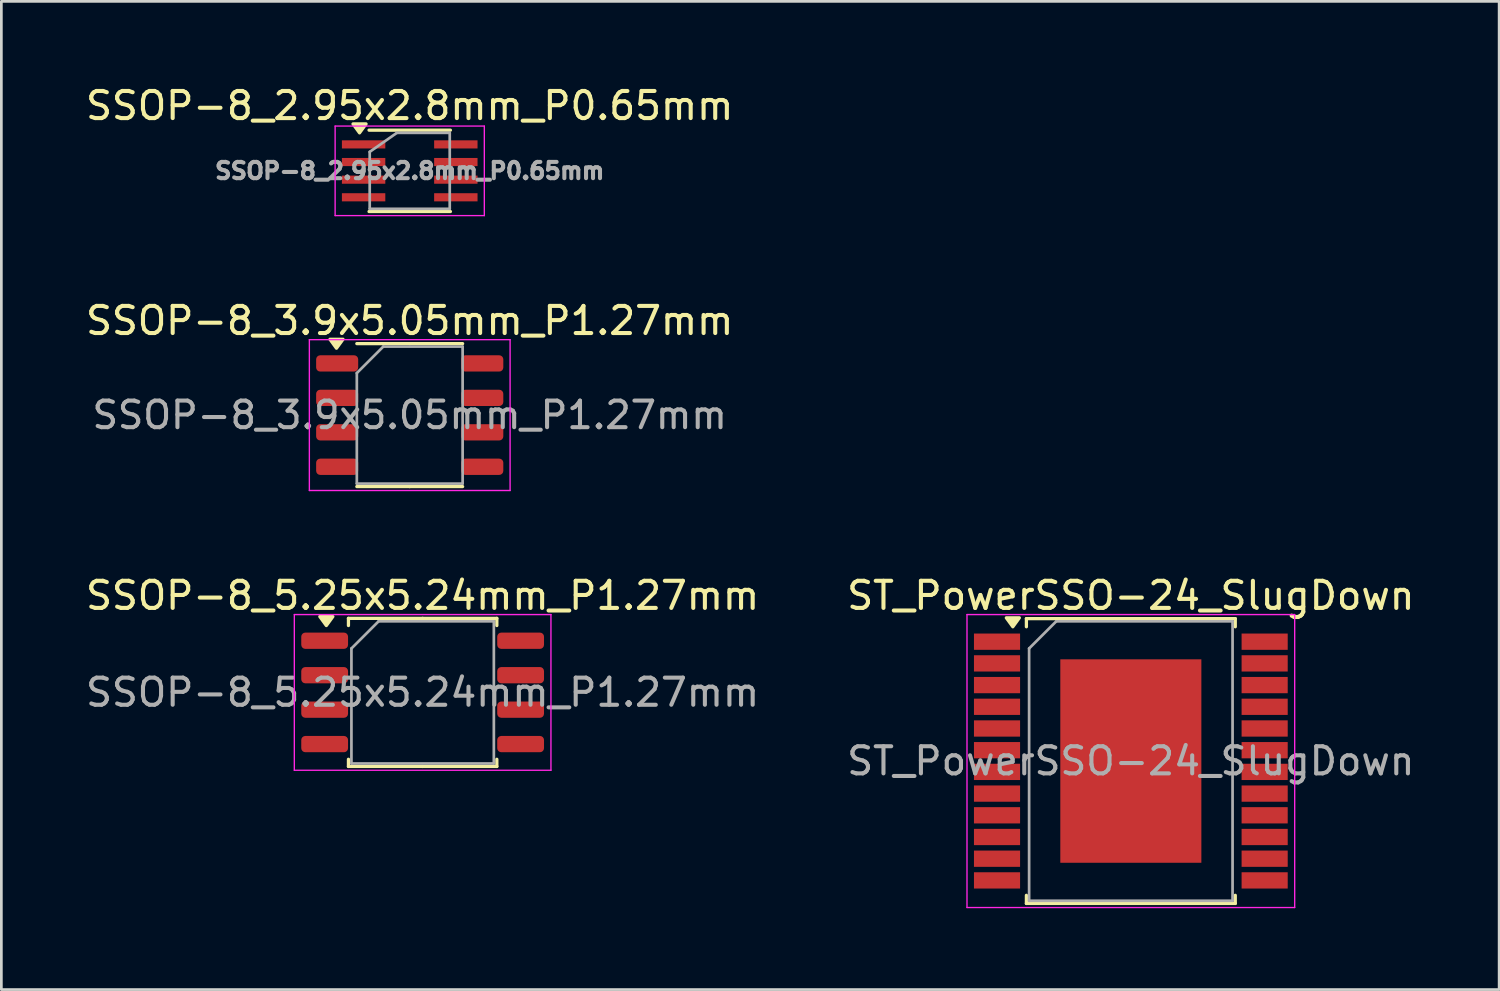
<source format=kicad_pcb>
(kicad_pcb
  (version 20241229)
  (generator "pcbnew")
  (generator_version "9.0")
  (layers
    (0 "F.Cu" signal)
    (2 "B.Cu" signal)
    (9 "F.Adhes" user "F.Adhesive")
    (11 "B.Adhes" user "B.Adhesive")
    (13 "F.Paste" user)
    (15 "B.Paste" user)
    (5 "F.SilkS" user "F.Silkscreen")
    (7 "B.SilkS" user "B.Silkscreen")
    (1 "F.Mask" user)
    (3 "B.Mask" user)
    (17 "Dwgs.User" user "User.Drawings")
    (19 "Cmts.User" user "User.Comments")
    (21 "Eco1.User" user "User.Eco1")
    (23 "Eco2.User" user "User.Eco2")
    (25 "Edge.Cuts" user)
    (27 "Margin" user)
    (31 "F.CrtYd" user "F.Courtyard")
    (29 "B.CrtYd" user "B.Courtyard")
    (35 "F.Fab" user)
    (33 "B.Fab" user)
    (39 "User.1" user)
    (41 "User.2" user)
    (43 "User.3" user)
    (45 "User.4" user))
  (footprint "SSOP-8_2.95x2.8mm_P0.65mm"
    (layer "F.Cu")
    (at 12.054 3.248)
    (property "Reference" "SSOP-8_2.95x2.8mm_P0.65mm" (at 0 -2.4 0) (layer "F.SilkS") (effects (font (size 1 1) (thickness 0.15))))
    (attr smd)
    (fp_line (start 1.5 -1.5) (end -1.5 -1.5) (stroke (width 0.12) (type solid)) (layer "F.SilkS"))
    (fp_line (start 1.5 1.5) (end -1.5 1.5) (stroke (width 0.12) (type solid)) (layer "F.SilkS"))
    (fp_poly (pts (xy -1.85 -1.4) (xy -2.09 -1.73) (xy -1.61 -1.73) (xy -1.85 -1.4)) (stroke (width 0.12) (type solid)) (fill yes) (layer "F.SilkS"))
    (fp_line (start -2.75 -1.65) (end 2.75 -1.65) (stroke (width 0.05) (type solid)) (layer "F.CrtYd"))
    (fp_line (start -2.75 1.65) (end -2.75 -1.65) (stroke (width 0.05) (type solid)) (layer "F.CrtYd"))
    (fp_line (start 2.75 -1.65) (end 2.75 1.65) (stroke (width 0.05) (type solid)) (layer "F.CrtYd"))
    (fp_line (start 2.75 1.65) (end -2.75 1.65) (stroke (width 0.05) (type solid)) (layer "F.CrtYd"))
    (fp_line (start -1.475 1.4) (end -1.475 -0.7) (stroke (width 0.1) (type solid)) (layer "F.Fab"))
    (fp_line (start -0.475 -1.4) (end -1.475 -0.7) (stroke (width 0.1) (type solid)) (layer "F.Fab"))
    (fp_line (start -0.475 -1.4) (end 1.475 -1.4) (stroke (width 0.1) (type solid)) (layer "F.Fab"))
    (fp_line (start 1.475 -1.4) (end 1.475 1.4) (stroke (width 0.1) (type solid)) (layer "F.Fab"))
    (fp_line (start 1.475 1.4) (end -1.475 1.4) (stroke (width 0.1) (type solid)) (layer "F.Fab"))
    (fp_text user "${REFERENCE}" (at 0 0 0) (layer "F.Fab") (effects (font (size 0.6 0.6) (thickness 0.15))))
    (pad "1" smd rect (at -1.7 -0.975 270) (size 0.3 1.6) (layers "F.Cu" "F.Mask" "F.Paste"))
    (pad "2" smd rect (at -1.7 -0.325 270) (size 0.3 1.6) (layers "F.Cu" "F.Mask" "F.Paste"))
    (pad "3" smd rect (at -1.7 0.325 270) (size 0.3 1.6) (layers "F.Cu" "F.Mask" "F.Paste"))
    (pad "4" smd rect (at -1.7 0.975 270) (size 0.3 1.6) (layers "F.Cu" "F.Mask" "F.Paste"))
    (pad "5" smd rect (at 1.7 0.975 270) (size 0.3 1.6) (layers "F.Cu" "F.Mask" "F.Paste"))
    (pad "6" smd rect (at 1.7 0.325 270) (size 0.3 1.6) (layers "F.Cu" "F.Mask" "F.Paste"))
    (pad "7" smd rect (at 1.7 -0.325 270) (size 0.3 1.6) (layers "F.Cu" "F.Mask" "F.Paste"))
    (pad "8" smd rect (at 1.7 -0.975 270) (size 0.3 1.6) (layers "F.Cu" "F.Mask" "F.Paste")))
  (footprint "ST_PowerSSO-24_SlugDown"
    (layer "F.Cu")
    (at 38.637 25.005)
    (property "Reference" "ST_PowerSSO-24_SlugDown" (at 0 -6.1 0) (layer "F.SilkS") (effects (font (size 1 1) (thickness 0.15))))
    (attr smd)
    (fp_line (start -3.85 -5.25) (end -3.85 -4.95) (stroke (width 0.12) (type solid)) (layer "F.SilkS"))
    (fp_line (start -3.85 5.25) (end -3.85 4.95) (stroke (width 0.12) (type solid)) (layer "F.SilkS"))
    (fp_line (start 3.85 -5.25) (end -3.85 -5.25) (stroke (width 0.12) (type solid)) (layer "F.SilkS"))
    (fp_line (start 3.85 -5.25) (end 3.85 -4.95) (stroke (width 0.12) (type solid)) (layer "F.SilkS"))
    (fp_line (start 3.85 5.25) (end -3.85 5.25) (stroke (width 0.12) (type solid)) (layer "F.SilkS"))
    (fp_line (start 3.85 5.25) (end 3.85 4.95) (stroke (width 0.12) (type solid)) (layer "F.SilkS"))
    (fp_poly (pts (xy -4.35 -4.95) (xy -4.59 -5.28) (xy -4.11 -5.28) (xy -4.35 -4.95)) (stroke (width 0.12) (type solid)) (fill yes) (layer "F.SilkS"))
    (fp_line (start -6.04 -5.4) (end -6.04 5.4) (stroke (width 0.05) (type solid)) (layer "F.CrtYd"))
    (fp_line (start -6.04 -5.4) (end 6.04 -5.4) (stroke (width 0.05) (type solid)) (layer "F.CrtYd"))
    (fp_line (start 6.04 5.4) (end -6.04 5.4) (stroke (width 0.05) (type solid)) (layer "F.CrtYd"))
    (fp_line (start 6.04 5.4) (end 6.04 -5.4) (stroke (width 0.05) (type solid)) (layer "F.CrtYd"))
    (fp_line (start -3.75 -4.15) (end -3.75 5.15) (stroke (width 0.1) (type solid)) (layer "F.Fab"))
    (fp_line (start -3.75 5.15) (end 3.75 5.15) (stroke (width 0.1) (type solid)) (layer "F.Fab"))
    (fp_line (start -2.75 -5.15) (end -3.75 -4.15) (stroke (width 0.1) (type solid)) (layer "F.Fab"))
    (fp_line (start 3.75 -5.15) (end -2.75 -5.15) (stroke (width 0.1) (type solid)) (layer "F.Fab"))
    (fp_line (start 3.75 5.15) (end 3.75 -5.15) (stroke (width 0.1) (type solid)) (layer "F.Fab"))
    (fp_text user "${REFERENCE}" (at 0 0 0) (layer "F.Fab") (effects (font (size 1 1) (thickness 0.15))))
    (pad "1" smd rect (at -4.933 -4.4) (size 1.7 0.6) (layers "F.Cu" "F.Mask" "F.Paste"))
    (pad "2" smd rect (at -4.933 -3.6) (size 1.7 0.6) (layers "F.Cu" "F.Mask" "F.Paste"))
    (pad "3" smd rect (at -4.933 -2.8) (size 1.7 0.6) (layers "F.Cu" "F.Mask" "F.Paste"))
    (pad "4" smd rect (at -4.933 -2) (size 1.7 0.6) (layers "F.Cu" "F.Mask" "F.Paste"))
    (pad "5" smd rect (at -4.933 -1.2) (size 1.7 0.6) (layers "F.Cu" "F.Mask" "F.Paste"))
    (pad "6" smd rect (at -4.933 -0.4) (size 1.7 0.6) (layers "F.Cu" "F.Mask" "F.Paste"))
    (pad "7" smd rect (at -4.933 0.4) (size 1.7 0.6) (layers "F.Cu" "F.Mask" "F.Paste"))
    (pad "8" smd rect (at -4.933 1.2) (size 1.7 0.6) (layers "F.Cu" "F.Mask" "F.Paste"))
    (pad "9" smd rect (at -4.933 2) (size 1.7 0.6) (layers "F.Cu" "F.Mask" "F.Paste"))
    (pad "10" smd rect (at -4.933 2.8) (size 1.7 0.6) (layers "F.Cu" "F.Mask" "F.Paste"))
    (pad "11" smd rect (at -4.933 3.6) (size 1.7 0.6) (layers "F.Cu" "F.Mask" "F.Paste"))
    (pad "12" smd rect (at -4.933 4.4) (size 1.7 0.6) (layers "F.Cu" "F.Mask" "F.Paste"))
    (pad "13" smd rect (at 4.933 4.4) (size 1.7 0.6) (layers "F.Cu" "F.Mask" "F.Paste"))
    (pad "14" smd rect (at 4.933 3.6) (size 1.7 0.6) (layers "F.Cu" "F.Mask" "F.Paste"))
    (pad "15" smd rect (at 4.933 2.8) (size 1.7 0.6) (layers "F.Cu" "F.Mask" "F.Paste"))
    (pad "16" smd rect (at 4.933 2) (size 1.7 0.6) (layers "F.Cu" "F.Mask" "F.Paste"))
    (pad "17" smd rect (at 4.933 1.2) (size 1.7 0.6) (layers "F.Cu" "F.Mask" "F.Paste"))
    (pad "18" smd rect (at 4.933 0.4) (size 1.7 0.6) (layers "F.Cu" "F.Mask" "F.Paste"))
    (pad "19" smd rect (at 4.933 -0.4) (size 1.7 0.6) (layers "F.Cu" "F.Mask" "F.Paste"))
    (pad "20" smd rect (at 4.933 -1.2) (size 1.7 0.6) (layers "F.Cu" "F.Mask" "F.Paste"))
    (pad "21" smd rect (at 4.933 -2) (size 1.7 0.6) (layers "F.Cu" "F.Mask" "F.Paste"))
    (pad "22" smd rect (at 4.933 -2.8) (size 1.7 0.6) (layers "F.Cu" "F.Mask" "F.Paste"))
    (pad "23" smd rect (at 4.933 -3.6) (size 1.7 0.6) (layers "F.Cu" "F.Mask" "F.Paste"))
    (pad "24" smd rect (at 4.933 -4.4) (size 1.7 0.6) (layers "F.Cu" "F.Mask" "F.Paste"))
    (pad "25" smd rect (at 0 0) (size 5.2 7.5) (layers "F.Cu" "F.Mask" "F.Paste")))
  (footprint "SSOP-8_5.25x5.24mm_P1.27mm"
    (layer "F.Cu")
    (at 12.53 22.475)
    (property "Reference" "SSOP-8_5.25x5.24mm_P1.27mm" (at 0 -3.57 0) (layer "F.SilkS") (effects (font (size 1 1) (thickness 0.15))))
    (attr smd)
    (fp_line (start -2.735 -2.73) (end -2.735 -2.465) (stroke (width 0.12) (type solid)) (layer "F.SilkS"))
    (fp_line (start -2.735 2.73) (end -2.735 2.465) (stroke (width 0.12) (type solid)) (layer "F.SilkS"))
    (fp_line (start 0 -2.73) (end -2.735 -2.73) (stroke (width 0.12) (type solid)) (layer "F.SilkS"))
    (fp_line (start 0 -2.73) (end 2.735 -2.73) (stroke (width 0.12) (type solid)) (layer "F.SilkS"))
    (fp_line (start 0 2.73) (end -2.735 2.73) (stroke (width 0.12) (type solid)) (layer "F.SilkS"))
    (fp_line (start 0 2.73) (end 2.735 2.73) (stroke (width 0.12) (type solid)) (layer "F.SilkS"))
    (fp_line (start 2.735 -2.73) (end 2.735 -2.465) (stroke (width 0.12) (type solid)) (layer "F.SilkS"))
    (fp_line (start 2.735 2.73) (end 2.735 2.465) (stroke (width 0.12) (type solid)) (layer "F.SilkS"))
    (fp_poly (pts (xy -3.55 -2.465) (xy -3.79 -2.795) (xy -3.31 -2.795) (xy -3.55 -2.465)) (stroke (width 0.12) (type solid)) (fill yes) (layer "F.SilkS"))
    (fp_line (start -4.73 -2.87) (end -4.73 2.87) (stroke (width 0.05) (type solid)) (layer "F.CrtYd"))
    (fp_line (start -4.73 2.87) (end 4.73 2.87) (stroke (width 0.05) (type solid)) (layer "F.CrtYd"))
    (fp_line (start 4.73 -2.87) (end -4.73 -2.87) (stroke (width 0.05) (type solid)) (layer "F.CrtYd"))
    (fp_line (start 4.73 2.87) (end 4.73 -2.87) (stroke (width 0.05) (type solid)) (layer "F.CrtYd"))
    (fp_line (start -2.625 -1.62) (end -1.625 -2.62) (stroke (width 0.1) (type solid)) (layer "F.Fab"))
    (fp_line (start -2.625 2.62) (end -2.625 -1.62) (stroke (width 0.1) (type solid)) (layer "F.Fab"))
    (fp_line (start -1.625 -2.62) (end 2.625 -2.62) (stroke (width 0.1) (type solid)) (layer "F.Fab"))
    (fp_line (start 2.625 -2.62) (end 2.625 2.62) (stroke (width 0.1) (type solid)) (layer "F.Fab"))
    (fp_line (start 2.625 2.62) (end -2.625 2.62) (stroke (width 0.1) (type solid)) (layer "F.Fab"))
    (fp_text user "${REFERENCE}" (at 0 0 0) (layer "F.Fab") (effects (font (size 1 1) (thickness 0.15))))
    (pad "1" smd roundrect (at -3.612 -1.905) (size 1.725 0.6) (layers "F.Cu" "F.Mask" "F.Paste") (roundrect_rratio 0.25))
    (pad "2" smd roundrect (at -3.612 -0.635) (size 1.725 0.6) (layers "F.Cu" "F.Mask" "F.Paste") (roundrect_rratio 0.25))
    (pad "3" smd roundrect (at -3.612 0.635) (size 1.725 0.6) (layers "F.Cu" "F.Mask" "F.Paste") (roundrect_rratio 0.25))
    (pad "4" smd roundrect (at -3.612 1.905) (size 1.725 0.6) (layers "F.Cu" "F.Mask" "F.Paste") (roundrect_rratio 0.25))
    (pad "5" smd roundrect (at 3.612 1.905) (size 1.725 0.6) (layers "F.Cu" "F.Mask" "F.Paste") (roundrect_rratio 0.25))
    (pad "6" smd roundrect (at 3.612 0.635) (size 1.725 0.6) (layers "F.Cu" "F.Mask" "F.Paste") (roundrect_rratio 0.25))
    (pad "7" smd roundrect (at 3.612 -0.635) (size 1.725 0.6) (layers "F.Cu" "F.Mask" "F.Paste") (roundrect_rratio 0.25))
    (pad "8" smd roundrect (at 3.612 -1.905) (size 1.725 0.6) (layers "F.Cu" "F.Mask" "F.Paste") (roundrect_rratio 0.25)))
  (footprint "SSOP-8_3.9x5.05mm_P1.27mm"
    (layer "F.Cu")
    (at 12.054 12.252)
    (property "Reference" "SSOP-8_3.9x5.05mm_P1.27mm" (at 0 -3.48 0) (layer "F.SilkS") (effects (font (size 1 1) (thickness 0.15))))
    (attr smd)
    (fp_line (start 0 -2.635) (end -1.95 -2.635) (stroke (width 0.12) (type solid)) (layer "F.SilkS"))
    (fp_line (start 0 -2.635) (end 1.95 -2.635) (stroke (width 0.12) (type solid)) (layer "F.SilkS"))
    (fp_line (start 0 2.635) (end -1.95 2.635) (stroke (width 0.12) (type solid)) (layer "F.SilkS"))
    (fp_line (start 0 2.635) (end 1.95 2.635) (stroke (width 0.12) (type solid)) (layer "F.SilkS"))
    (fp_poly (pts (xy -2.7 -2.465) (xy -2.94 -2.795) (xy -2.46 -2.795) (xy -2.7 -2.465)) (stroke (width 0.12) (type solid)) (fill yes) (layer "F.SilkS"))
    (fp_line (start -3.7 -2.78) (end -3.7 2.78) (stroke (width 0.05) (type solid)) (layer "F.CrtYd"))
    (fp_line (start -3.7 2.78) (end 3.7 2.78) (stroke (width 0.05) (type solid)) (layer "F.CrtYd"))
    (fp_line (start 3.7 -2.78) (end -3.7 -2.78) (stroke (width 0.05) (type solid)) (layer "F.CrtYd"))
    (fp_line (start 3.7 2.78) (end 3.7 -2.78) (stroke (width 0.05) (type solid)) (layer "F.CrtYd"))
    (fp_line (start -1.95 -1.55) (end -0.975 -2.525) (stroke (width 0.1) (type solid)) (layer "F.Fab"))
    (fp_line (start -1.95 2.525) (end -1.95 -1.55) (stroke (width 0.1) (type solid)) (layer "F.Fab"))
    (fp_line (start -0.975 -2.525) (end 1.95 -2.525) (stroke (width 0.1) (type solid)) (layer "F.Fab"))
    (fp_line (start 1.95 -2.525) (end 1.95 2.525) (stroke (width 0.1) (type solid)) (layer "F.Fab"))
    (fp_line (start 1.95 2.525) (end -1.95 2.525) (stroke (width 0.1) (type solid)) (layer "F.Fab"))
    (fp_text user "${REFERENCE}" (at 0 0 0) (layer "F.Fab") (effects (font (size 0.98 0.98) (thickness 0.15))))
    (pad "1" smd roundrect (at -2.675 -1.905) (size 1.55 0.6) (layers "F.Cu" "F.Mask" "F.Paste") (roundrect_rratio 0.25))
    (pad "2" smd roundrect (at -2.675 -0.635) (size 1.55 0.6) (layers "F.Cu" "F.Mask" "F.Paste") (roundrect_rratio 0.25))
    (pad "3" smd roundrect (at -2.675 0.635) (size 1.55 0.6) (layers "F.Cu" "F.Mask" "F.Paste") (roundrect_rratio 0.25))
    (pad "4" smd roundrect (at -2.675 1.905) (size 1.55 0.6) (layers "F.Cu" "F.Mask" "F.Paste") (roundrect_rratio 0.25))
    (pad "5" smd roundrect (at 2.675 1.905) (size 1.55 0.6) (layers "F.Cu" "F.Mask" "F.Paste") (roundrect_rratio 0.25))
    (pad "6" smd roundrect (at 2.675 0.635) (size 1.55 0.6) (layers "F.Cu" "F.Mask" "F.Paste") (roundrect_rratio 0.25))
    (pad "7" smd roundrect (at 2.675 -0.635) (size 1.55 0.6) (layers "F.Cu" "F.Mask" "F.Paste") (roundrect_rratio 0.25))
    (pad "8" smd roundrect (at 2.675 -1.905) (size 1.55 0.6) (layers "F.Cu" "F.Mask" "F.Paste") (roundrect_rratio 0.25)))
  (gr_rect
    (start -3 -3)
    (end 52.214 33.43)
    (stroke (width 0.1) (type default))
    (fill no)
    (layer "Edge.Cuts")))
</source>
